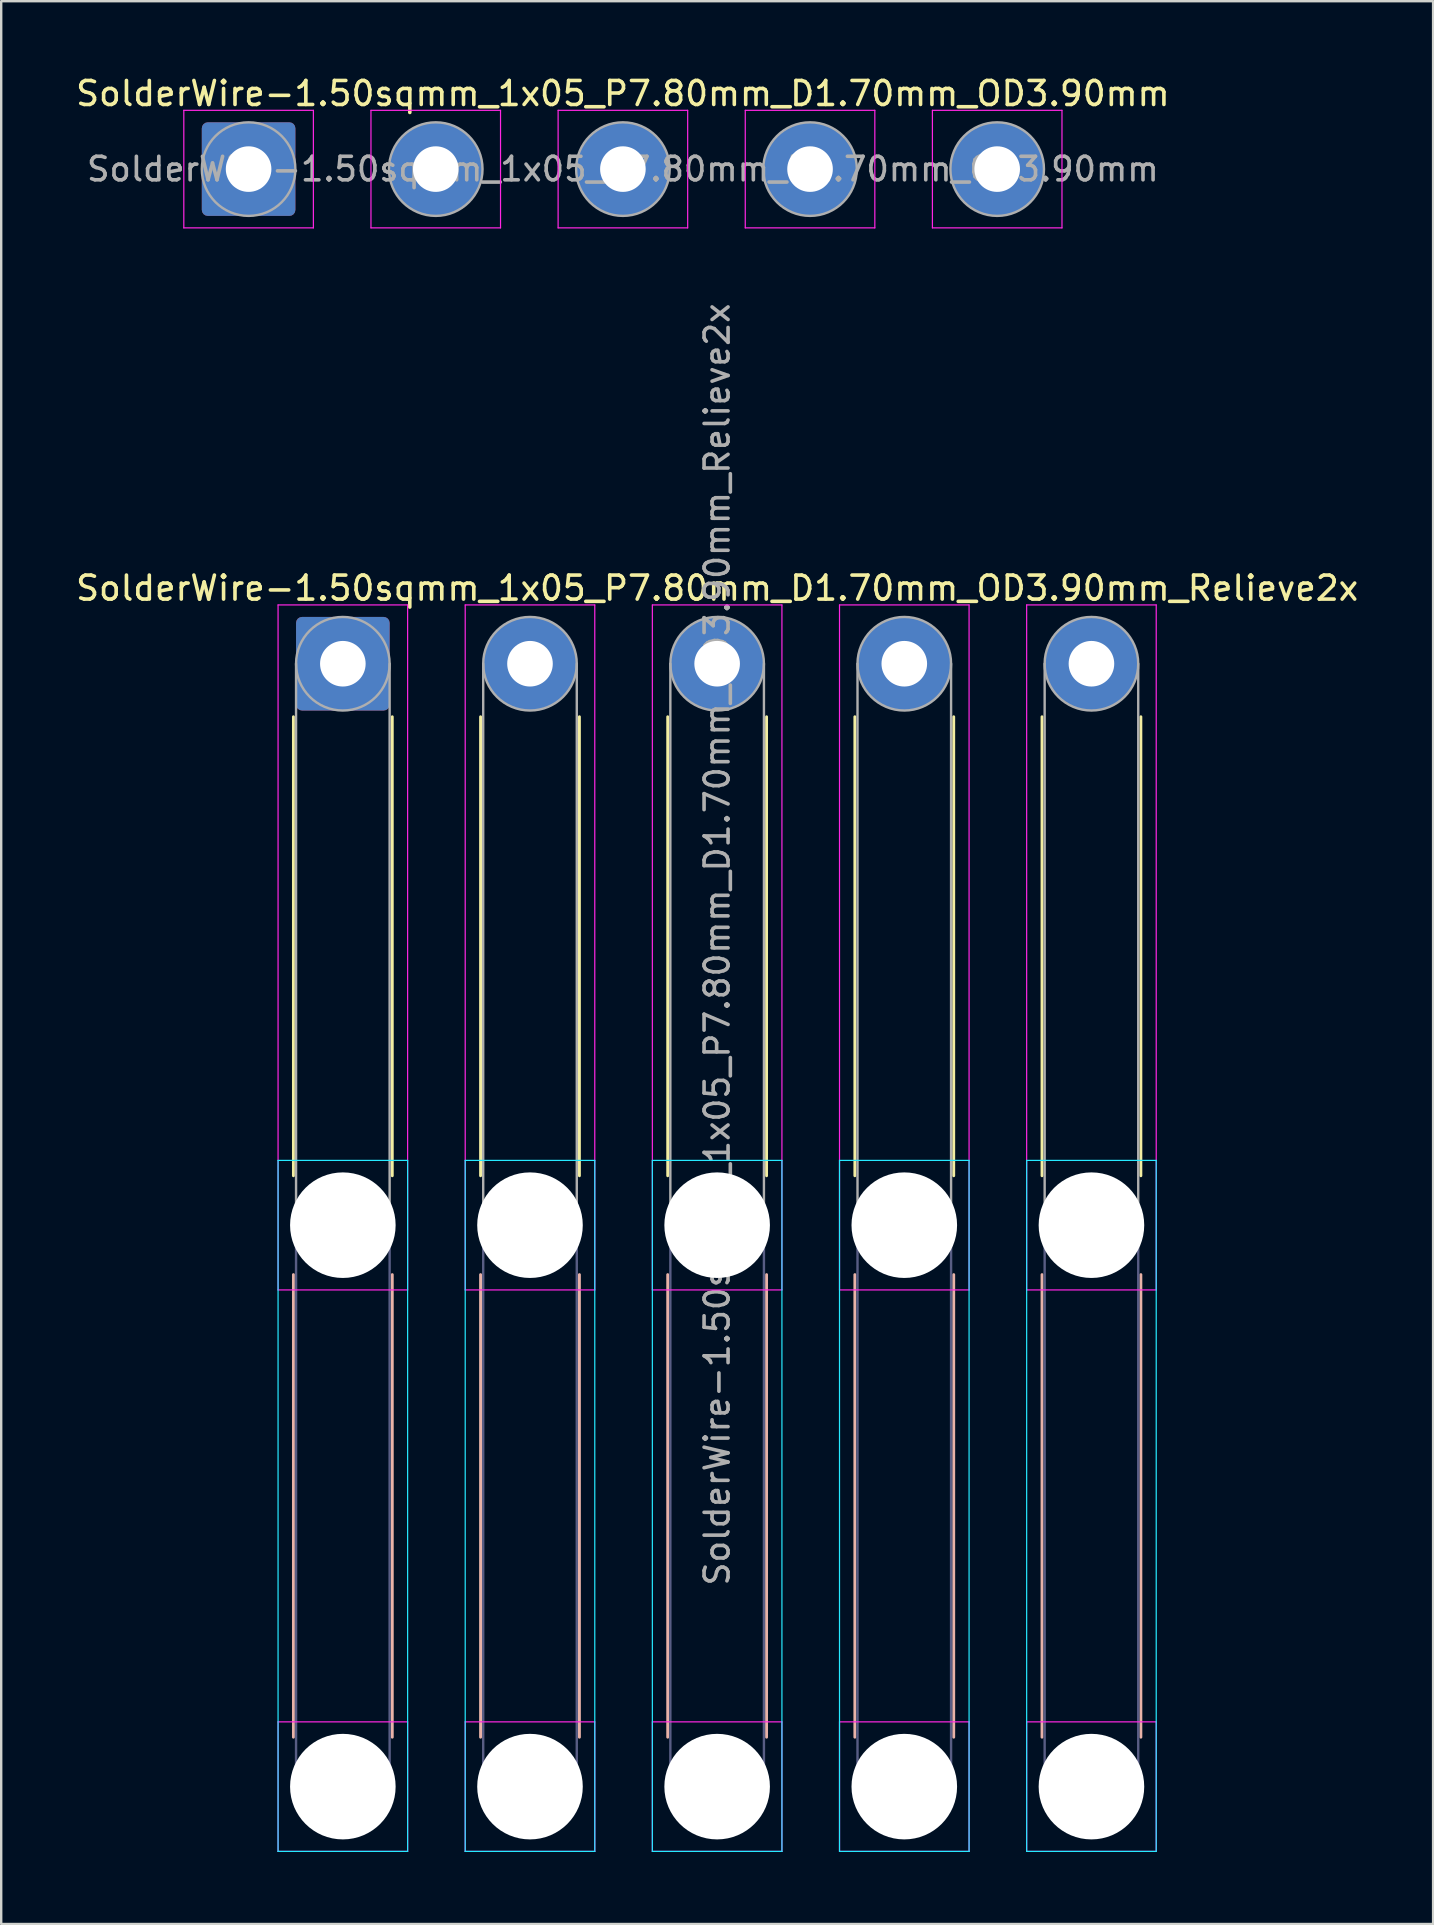
<source format=kicad_pcb>
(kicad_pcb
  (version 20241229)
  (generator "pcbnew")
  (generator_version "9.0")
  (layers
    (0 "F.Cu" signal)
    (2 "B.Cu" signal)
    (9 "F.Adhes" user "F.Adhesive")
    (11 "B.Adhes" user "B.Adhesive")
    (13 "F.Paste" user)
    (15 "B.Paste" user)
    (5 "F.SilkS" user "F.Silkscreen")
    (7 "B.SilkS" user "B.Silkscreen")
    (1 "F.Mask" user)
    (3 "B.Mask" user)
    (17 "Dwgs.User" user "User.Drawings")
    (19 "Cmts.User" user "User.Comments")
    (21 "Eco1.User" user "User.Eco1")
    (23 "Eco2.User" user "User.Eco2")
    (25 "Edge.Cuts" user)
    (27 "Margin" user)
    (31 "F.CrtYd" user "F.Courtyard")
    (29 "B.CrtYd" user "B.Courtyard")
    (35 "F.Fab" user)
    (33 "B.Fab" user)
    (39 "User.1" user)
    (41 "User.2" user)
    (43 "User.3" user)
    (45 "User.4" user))
  (footprint "SolderWire-1.50sqmm_1x05_P7.80mm_D1.70mm_OD3.90mm"
    (layer "F.Cu")
    (at 7.311 3.998)
    (property "Reference" "SolderWire-1.50sqmm_1x05_P7.80mm_D1.70mm_OD3.90mm" (at 15.6 -3.15 0) (layer "F.SilkS") (effects (font (size 1 1) (thickness 0.15))))
    (attr exclude_from_pos_files exclude_from_bom)
    (fp_line (start -2.7 -2.45) (end -2.7 2.45) (stroke (width 0.05) (type solid)) (layer "F.CrtYd"))
    (fp_line (start -2.7 2.45) (end 2.7 2.45) (stroke (width 0.05) (type solid)) (layer "F.CrtYd"))
    (fp_line (start 2.7 -2.45) (end -2.7 -2.45) (stroke (width 0.05) (type solid)) (layer "F.CrtYd"))
    (fp_line (start 2.7 2.45) (end 2.7 -2.45) (stroke (width 0.05) (type solid)) (layer "F.CrtYd"))
    (fp_line (start 5.1 -2.45) (end 5.1 2.45) (stroke (width 0.05) (type solid)) (layer "F.CrtYd"))
    (fp_line (start 5.1 2.45) (end 10.5 2.45) (stroke (width 0.05) (type solid)) (layer "F.CrtYd"))
    (fp_line (start 10.5 -2.45) (end 5.1 -2.45) (stroke (width 0.05) (type solid)) (layer "F.CrtYd"))
    (fp_line (start 10.5 2.45) (end 10.5 -2.45) (stroke (width 0.05) (type solid)) (layer "F.CrtYd"))
    (fp_line (start 12.9 -2.45) (end 12.9 2.45) (stroke (width 0.05) (type solid)) (layer "F.CrtYd"))
    (fp_line (start 12.9 2.45) (end 18.3 2.45) (stroke (width 0.05) (type solid)) (layer "F.CrtYd"))
    (fp_line (start 18.3 -2.45) (end 12.9 -2.45) (stroke (width 0.05) (type solid)) (layer "F.CrtYd"))
    (fp_line (start 18.3 2.45) (end 18.3 -2.45) (stroke (width 0.05) (type solid)) (layer "F.CrtYd"))
    (fp_line (start 20.7 -2.45) (end 20.7 2.45) (stroke (width 0.05) (type solid)) (layer "F.CrtYd"))
    (fp_line (start 20.7 2.45) (end 26.1 2.45) (stroke (width 0.05) (type solid)) (layer "F.CrtYd"))
    (fp_line (start 26.1 -2.45) (end 20.7 -2.45) (stroke (width 0.05) (type solid)) (layer "F.CrtYd"))
    (fp_line (start 26.1 2.45) (end 26.1 -2.45) (stroke (width 0.05) (type solid)) (layer "F.CrtYd"))
    (fp_line (start 28.5 -2.45) (end 28.5 2.45) (stroke (width 0.05) (type solid)) (layer "F.CrtYd"))
    (fp_line (start 28.5 2.45) (end 33.9 2.45) (stroke (width 0.05) (type solid)) (layer "F.CrtYd"))
    (fp_line (start 33.9 -2.45) (end 28.5 -2.45) (stroke (width 0.05) (type solid)) (layer "F.CrtYd"))
    (fp_line (start 33.9 2.45) (end 33.9 -2.45) (stroke (width 0.05) (type solid)) (layer "F.CrtYd"))
    (fp_circle (center 0 0) (end 1.95 0) (stroke (width 0.1) (type solid)) (fill no) (layer "F.Fab"))
    (fp_circle (center 7.8 0) (end 9.75 0) (stroke (width 0.1) (type solid)) (fill no) (layer "F.Fab"))
    (fp_circle (center 15.6 0) (end 17.55 0) (stroke (width 0.1) (type solid)) (fill no) (layer "F.Fab"))
    (fp_circle (center 23.4 0) (end 25.35 0) (stroke (width 0.1) (type solid)) (fill no) (layer "F.Fab"))
    (fp_circle (center 31.2 0) (end 33.15 0) (stroke (width 0.1) (type solid)) (fill no) (layer "F.Fab"))
    (fp_text user "${REFERENCE}" (at 15.6 0 0) (layer "F.Fab") (effects (font (size 0.98 0.98) (thickness 0.15))))
    (pad "1" thru_hole roundrect (at 0 0) (size 3.9 3.9) (drill 1.9) (layers "*.Cu" "*.Mask") (roundrect_rratio 0.064))
    (pad "2" thru_hole circle (at 7.8 0) (size 3.9 3.9) (drill 1.9) (layers "*.Cu" "*.Mask"))
    (pad "3" thru_hole circle (at 15.6 0) (size 3.9 3.9) (drill 1.9) (layers "*.Cu" "*.Mask"))
    (pad "4" thru_hole circle (at 23.4 0) (size 3.9 3.9) (drill 1.9) (layers "*.Cu" "*.Mask"))
    (pad "5" thru_hole circle (at 31.2 0) (size 3.9 3.9) (drill 1.9) (layers "*.Cu" "*.Mask")))
  (footprint "SolderWire-1.50sqmm_1x05_P7.80mm_D1.70mm_OD3.90mm_Relieve2x"
    (layer "F.Cu")
    (at 11.239 24.613)
    (property "Reference" "SolderWire-1.50sqmm_1x05_P7.80mm_D1.70mm_OD3.90mm_Relieve2x" (at 15.6 -3.15 0) (layer "F.SilkS") (effects (font (size 1 1) (thickness 0.15))))
    (attr exclude_from_pos_files exclude_from_bom)
    (fp_line (start -2.06 2.21) (end -2.06 21.34) (stroke (width 0.12) (type solid)) (layer "F.SilkS"))
    (fp_line (start 2.06 2.21) (end 2.06 21.34) (stroke (width 0.12) (type solid)) (layer "F.SilkS"))
    (fp_line (start 5.74 2.21) (end 5.74 21.34) (stroke (width 0.12) (type solid)) (layer "F.SilkS"))
    (fp_line (start 9.86 2.21) (end 9.86 21.34) (stroke (width 0.12) (type solid)) (layer "F.SilkS"))
    (fp_line (start 13.54 2.21) (end 13.54 21.34) (stroke (width 0.12) (type solid)) (layer "F.SilkS"))
    (fp_line (start 17.66 2.21) (end 17.66 21.34) (stroke (width 0.12) (type solid)) (layer "F.SilkS"))
    (fp_line (start 21.34 2.21) (end 21.34 21.34) (stroke (width 0.12) (type solid)) (layer "F.SilkS"))
    (fp_line (start 25.46 2.21) (end 25.46 21.34) (stroke (width 0.12) (type solid)) (layer "F.SilkS"))
    (fp_line (start 29.14 2.21) (end 29.14 21.34) (stroke (width 0.12) (type solid)) (layer "F.SilkS"))
    (fp_line (start 33.26 2.21) (end 33.26 21.34) (stroke (width 0.12) (type solid)) (layer "F.SilkS"))
    (fp_line (start -2.06 25.46) (end -2.06 44.74) (stroke (width 0.12) (type solid)) (layer "B.SilkS"))
    (fp_line (start 2.06 25.46) (end 2.06 44.74) (stroke (width 0.12) (type solid)) (layer "B.SilkS"))
    (fp_line (start 5.74 25.46) (end 5.74 44.74) (stroke (width 0.12) (type solid)) (layer "B.SilkS"))
    (fp_line (start 9.86 25.46) (end 9.86 44.74) (stroke (width 0.12) (type solid)) (layer "B.SilkS"))
    (fp_line (start 13.54 25.46) (end 13.54 44.74) (stroke (width 0.12) (type solid)) (layer "B.SilkS"))
    (fp_line (start 17.66 25.46) (end 17.66 44.74) (stroke (width 0.12) (type solid)) (layer "B.SilkS"))
    (fp_line (start 21.34 25.46) (end 21.34 44.74) (stroke (width 0.12) (type solid)) (layer "B.SilkS"))
    (fp_line (start 25.46 25.46) (end 25.46 44.74) (stroke (width 0.12) (type solid)) (layer "B.SilkS"))
    (fp_line (start 29.14 25.46) (end 29.14 44.74) (stroke (width 0.12) (type solid)) (layer "B.SilkS"))
    (fp_line (start 33.26 25.46) (end 33.26 44.74) (stroke (width 0.12) (type solid)) (layer "B.SilkS"))
    (fp_line (start -2.7 20.7) (end -2.7 49.5) (stroke (width 0.05) (type solid)) (layer "B.CrtYd"))
    (fp_line (start -2.7 49.5) (end 2.7 49.5) (stroke (width 0.05) (type solid)) (layer "B.CrtYd"))
    (fp_line (start 2.7 20.7) (end -2.7 20.7) (stroke (width 0.05) (type solid)) (layer "B.CrtYd"))
    (fp_line (start 2.7 49.5) (end 2.7 20.7) (stroke (width 0.05) (type solid)) (layer "B.CrtYd"))
    (fp_line (start 5.1 20.7) (end 5.1 49.5) (stroke (width 0.05) (type solid)) (layer "B.CrtYd"))
    (fp_line (start 5.1 49.5) (end 10.5 49.5) (stroke (width 0.05) (type solid)) (layer "B.CrtYd"))
    (fp_line (start 10.5 20.7) (end 5.1 20.7) (stroke (width 0.05) (type solid)) (layer "B.CrtYd"))
    (fp_line (start 10.5 49.5) (end 10.5 20.7) (stroke (width 0.05) (type solid)) (layer "B.CrtYd"))
    (fp_line (start 12.9 20.7) (end 12.9 49.5) (stroke (width 0.05) (type solid)) (layer "B.CrtYd"))
    (fp_line (start 12.9 49.5) (end 18.3 49.5) (stroke (width 0.05) (type solid)) (layer "B.CrtYd"))
    (fp_line (start 18.3 20.7) (end 12.9 20.7) (stroke (width 0.05) (type solid)) (layer "B.CrtYd"))
    (fp_line (start 18.3 49.5) (end 18.3 20.7) (stroke (width 0.05) (type solid)) (layer "B.CrtYd"))
    (fp_line (start 20.7 20.7) (end 20.7 49.5) (stroke (width 0.05) (type solid)) (layer "B.CrtYd"))
    (fp_line (start 20.7 49.5) (end 26.1 49.5) (stroke (width 0.05) (type solid)) (layer "B.CrtYd"))
    (fp_line (start 26.1 20.7) (end 20.7 20.7) (stroke (width 0.05) (type solid)) (layer "B.CrtYd"))
    (fp_line (start 26.1 49.5) (end 26.1 20.7) (stroke (width 0.05) (type solid)) (layer "B.CrtYd"))
    (fp_line (start 28.5 20.7) (end 28.5 49.5) (stroke (width 0.05) (type solid)) (layer "B.CrtYd"))
    (fp_line (start 28.5 49.5) (end 33.9 49.5) (stroke (width 0.05) (type solid)) (layer "B.CrtYd"))
    (fp_line (start 33.9 20.7) (end 28.5 20.7) (stroke (width 0.05) (type solid)) (layer "B.CrtYd"))
    (fp_line (start 33.9 49.5) (end 33.9 20.7) (stroke (width 0.05) (type solid)) (layer "B.CrtYd"))
    (fp_line (start -2.7 -2.45) (end -2.7 26.1) (stroke (width 0.05) (type solid)) (layer "F.CrtYd"))
    (fp_line (start -2.7 26.1) (end 2.7 26.1) (stroke (width 0.05) (type solid)) (layer "F.CrtYd"))
    (fp_line (start -2.7 44.1) (end -2.7 49.5) (stroke (width 0.05) (type solid)) (layer "F.CrtYd"))
    (fp_line (start -2.7 49.5) (end 2.7 49.5) (stroke (width 0.05) (type solid)) (layer "F.CrtYd"))
    (fp_line (start 2.7 -2.45) (end -2.7 -2.45) (stroke (width 0.05) (type solid)) (layer "F.CrtYd"))
    (fp_line (start 2.7 26.1) (end 2.7 -2.45) (stroke (width 0.05) (type solid)) (layer "F.CrtYd"))
    (fp_line (start 2.7 44.1) (end -2.7 44.1) (stroke (width 0.05) (type solid)) (layer "F.CrtYd"))
    (fp_line (start 2.7 49.5) (end 2.7 44.1) (stroke (width 0.05) (type solid)) (layer "F.CrtYd"))
    (fp_line (start 5.1 -2.45) (end 5.1 26.1) (stroke (width 0.05) (type solid)) (layer "F.CrtYd"))
    (fp_line (start 5.1 26.1) (end 10.5 26.1) (stroke (width 0.05) (type solid)) (layer "F.CrtYd"))
    (fp_line (start 5.1 44.1) (end 5.1 49.5) (stroke (width 0.05) (type solid)) (layer "F.CrtYd"))
    (fp_line (start 5.1 49.5) (end 10.5 49.5) (stroke (width 0.05) (type solid)) (layer "F.CrtYd"))
    (fp_line (start 10.5 -2.45) (end 5.1 -2.45) (stroke (width 0.05) (type solid)) (layer "F.CrtYd"))
    (fp_line (start 10.5 26.1) (end 10.5 -2.45) (stroke (width 0.05) (type solid)) (layer "F.CrtYd"))
    (fp_line (start 10.5 44.1) (end 5.1 44.1) (stroke (width 0.05) (type solid)) (layer "F.CrtYd"))
    (fp_line (start 10.5 49.5) (end 10.5 44.1) (stroke (width 0.05) (type solid)) (layer "F.CrtYd"))
    (fp_line (start 12.9 -2.45) (end 12.9 26.1) (stroke (width 0.05) (type solid)) (layer "F.CrtYd"))
    (fp_line (start 12.9 26.1) (end 18.3 26.1) (stroke (width 0.05) (type solid)) (layer "F.CrtYd"))
    (fp_line (start 12.9 44.1) (end 12.9 49.5) (stroke (width 0.05) (type solid)) (layer "F.CrtYd"))
    (fp_line (start 12.9 49.5) (end 18.3 49.5) (stroke (width 0.05) (type solid)) (layer "F.CrtYd"))
    (fp_line (start 18.3 -2.45) (end 12.9 -2.45) (stroke (width 0.05) (type solid)) (layer "F.CrtYd"))
    (fp_line (start 18.3 26.1) (end 18.3 -2.45) (stroke (width 0.05) (type solid)) (layer "F.CrtYd"))
    (fp_line (start 18.3 44.1) (end 12.9 44.1) (stroke (width 0.05) (type solid)) (layer "F.CrtYd"))
    (fp_line (start 18.3 49.5) (end 18.3 44.1) (stroke (width 0.05) (type solid)) (layer "F.CrtYd"))
    (fp_line (start 20.7 -2.45) (end 20.7 26.1) (stroke (width 0.05) (type solid)) (layer "F.CrtYd"))
    (fp_line (start 20.7 26.1) (end 26.1 26.1) (stroke (width 0.05) (type solid)) (layer "F.CrtYd"))
    (fp_line (start 20.7 44.1) (end 20.7 49.5) (stroke (width 0.05) (type solid)) (layer "F.CrtYd"))
    (fp_line (start 20.7 49.5) (end 26.1 49.5) (stroke (width 0.05) (type solid)) (layer "F.CrtYd"))
    (fp_line (start 26.1 -2.45) (end 20.7 -2.45) (stroke (width 0.05) (type solid)) (layer "F.CrtYd"))
    (fp_line (start 26.1 26.1) (end 26.1 -2.45) (stroke (width 0.05) (type solid)) (layer "F.CrtYd"))
    (fp_line (start 26.1 44.1) (end 20.7 44.1) (stroke (width 0.05) (type solid)) (layer "F.CrtYd"))
    (fp_line (start 26.1 49.5) (end 26.1 44.1) (stroke (width 0.05) (type solid)) (layer "F.CrtYd"))
    (fp_line (start 28.5 -2.45) (end 28.5 26.1) (stroke (width 0.05) (type solid)) (layer "F.CrtYd"))
    (fp_line (start 28.5 26.1) (end 33.9 26.1) (stroke (width 0.05) (type solid)) (layer "F.CrtYd"))
    (fp_line (start 28.5 44.1) (end 28.5 49.5) (stroke (width 0.05) (type solid)) (layer "F.CrtYd"))
    (fp_line (start 28.5 49.5) (end 33.9 49.5) (stroke (width 0.05) (type solid)) (layer "F.CrtYd"))
    (fp_line (start 33.9 -2.45) (end 28.5 -2.45) (stroke (width 0.05) (type solid)) (layer "F.CrtYd"))
    (fp_line (start 33.9 26.1) (end 33.9 -2.45) (stroke (width 0.05) (type solid)) (layer "F.CrtYd"))
    (fp_line (start 33.9 44.1) (end 28.5 44.1) (stroke (width 0.05) (type solid)) (layer "F.CrtYd"))
    (fp_line (start 33.9 49.5) (end 33.9 44.1) (stroke (width 0.05) (type solid)) (layer "F.CrtYd"))
    (fp_line (start -1.95 23.4) (end -1.95 46.8) (stroke (width 0.1) (type solid)) (layer "B.Fab"))
    (fp_line (start 1.95 23.4) (end 1.95 46.8) (stroke (width 0.1) (type solid)) (layer "B.Fab"))
    (fp_line (start 5.85 23.4) (end 5.85 46.8) (stroke (width 0.1) (type solid)) (layer "B.Fab"))
    (fp_line (start 9.75 23.4) (end 9.75 46.8) (stroke (width 0.1) (type solid)) (layer "B.Fab"))
    (fp_line (start 13.65 23.4) (end 13.65 46.8) (stroke (width 0.1) (type solid)) (layer "B.Fab"))
    (fp_line (start 17.55 23.4) (end 17.55 46.8) (stroke (width 0.1) (type solid)) (layer "B.Fab"))
    (fp_line (start 21.45 23.4) (end 21.45 46.8) (stroke (width 0.1) (type solid)) (layer "B.Fab"))
    (fp_line (start 25.35 23.4) (end 25.35 46.8) (stroke (width 0.1) (type solid)) (layer "B.Fab"))
    (fp_line (start 29.25 23.4) (end 29.25 46.8) (stroke (width 0.1) (type solid)) (layer "B.Fab"))
    (fp_line (start 33.15 23.4) (end 33.15 46.8) (stroke (width 0.1) (type solid)) (layer "B.Fab"))
    (fp_circle (center 0 23.4) (end 1.95 23.4) (stroke (width 0.1) (type solid)) (fill no) (layer "B.Fab"))
    (fp_circle (center 0 46.8) (end 1.95 46.8) (stroke (width 0.1) (type solid)) (fill no) (layer "B.Fab"))
    (fp_circle (center 7.8 23.4) (end 9.75 23.4) (stroke (width 0.1) (type solid)) (fill no) (layer "B.Fab"))
    (fp_circle (center 7.8 46.8) (end 9.75 46.8) (stroke (width 0.1) (type solid)) (fill no) (layer "B.Fab"))
    (fp_circle (center 15.6 23.4) (end 17.55 23.4) (stroke (width 0.1) (type solid)) (fill no) (layer "B.Fab"))
    (fp_circle (center 15.6 46.8) (end 17.55 46.8) (stroke (width 0.1) (type solid)) (fill no) (layer "B.Fab"))
    (fp_circle (center 23.4 23.4) (end 25.35 23.4) (stroke (width 0.1) (type solid)) (fill no) (layer "B.Fab"))
    (fp_circle (center 23.4 46.8) (end 25.35 46.8) (stroke (width 0.1) (type solid)) (fill no) (layer "B.Fab"))
    (fp_circle (center 31.2 23.4) (end 33.15 23.4) (stroke (width 0.1) (type solid)) (fill no) (layer "B.Fab"))
    (fp_circle (center 31.2 46.8) (end 33.15 46.8) (stroke (width 0.1) (type solid)) (fill no) (layer "B.Fab"))
    (fp_line (start -1.95 0) (end -1.95 23.4) (stroke (width 0.1) (type solid)) (layer "F.Fab"))
    (fp_line (start 1.95 0) (end 1.95 23.4) (stroke (width 0.1) (type solid)) (layer "F.Fab"))
    (fp_line (start 5.85 0) (end 5.85 23.4) (stroke (width 0.1) (type solid)) (layer "F.Fab"))
    (fp_line (start 9.75 0) (end 9.75 23.4) (stroke (width 0.1) (type solid)) (layer "F.Fab"))
    (fp_line (start 13.65 0) (end 13.65 23.4) (stroke (width 0.1) (type solid)) (layer "F.Fab"))
    (fp_line (start 17.55 0) (end 17.55 23.4) (stroke (width 0.1) (type solid)) (layer "F.Fab"))
    (fp_line (start 21.45 0) (end 21.45 23.4) (stroke (width 0.1) (type solid)) (layer "F.Fab"))
    (fp_line (start 25.35 0) (end 25.35 23.4) (stroke (width 0.1) (type solid)) (layer "F.Fab"))
    (fp_line (start 29.25 0) (end 29.25 23.4) (stroke (width 0.1) (type solid)) (layer "F.Fab"))
    (fp_line (start 33.15 0) (end 33.15 23.4) (stroke (width 0.1) (type solid)) (layer "F.Fab"))
    (fp_circle (center 0 0) (end 1.95 0) (stroke (width 0.1) (type solid)) (fill no) (layer "F.Fab"))
    (fp_circle (center 0 23.4) (end 1.95 23.4) (stroke (width 0.1) (type solid)) (fill no) (layer "F.Fab"))
    (fp_circle (center 0 46.8) (end 1.95 46.8) (stroke (width 0.1) (type solid)) (fill no) (layer "F.Fab"))
    (fp_circle (center 7.8 0) (end 9.75 0) (stroke (width 0.1) (type solid)) (fill no) (layer "F.Fab"))
    (fp_circle (center 7.8 23.4) (end 9.75 23.4) (stroke (width 0.1) (type solid)) (fill no) (layer "F.Fab"))
    (fp_circle (center 7.8 46.8) (end 9.75 46.8) (stroke (width 0.1) (type solid)) (fill no) (layer "F.Fab"))
    (fp_circle (center 15.6 0) (end 17.55 0) (stroke (width 0.1) (type solid)) (fill no) (layer "F.Fab"))
    (fp_circle (center 15.6 23.4) (end 17.55 23.4) (stroke (width 0.1) (type solid)) (fill no) (layer "F.Fab"))
    (fp_circle (center 15.6 46.8) (end 17.55 46.8) (stroke (width 0.1) (type solid)) (fill no) (layer "F.Fab"))
    (fp_circle (center 23.4 0) (end 25.35 0) (stroke (width 0.1) (type solid)) (fill no) (layer "F.Fab"))
    (fp_circle (center 23.4 23.4) (end 25.35 23.4) (stroke (width 0.1) (type solid)) (fill no) (layer "F.Fab"))
    (fp_circle (center 23.4 46.8) (end 25.35 46.8) (stroke (width 0.1) (type solid)) (fill no) (layer "F.Fab"))
    (fp_circle (center 31.2 0) (end 33.15 0) (stroke (width 0.1) (type solid)) (fill no) (layer "F.Fab"))
    (fp_circle (center 31.2 23.4) (end 33.15 23.4) (stroke (width 0.1) (type solid)) (fill no) (layer "F.Fab"))
    (fp_circle (center 31.2 46.8) (end 33.15 46.8) (stroke (width 0.1) (type solid)) (fill no) (layer "F.Fab"))
    (fp_text user "${REFERENCE}" (at 15.6 11.7 90) (layer "F.Fab") (effects (font (size 1 1) (thickness 0.15))))
    (pad "" np_thru_hole circle (at 0 23.4) (size 4.4 4.4) (drill 4.4) (layers "*.Cu" "*.Mask"))
    (pad "" np_thru_hole circle (at 0 46.8) (size 4.4 4.4) (drill 4.4) (layers "*.Cu" "*.Mask"))
    (pad "" np_thru_hole circle (at 7.8 23.4) (size 4.4 4.4) (drill 4.4) (layers "*.Cu" "*.Mask"))
    (pad "" np_thru_hole circle (at 7.8 46.8) (size 4.4 4.4) (drill 4.4) (layers "*.Cu" "*.Mask"))
    (pad "" np_thru_hole circle (at 15.6 23.4) (size 4.4 4.4) (drill 4.4) (layers "*.Cu" "*.Mask"))
    (pad "" np_thru_hole circle (at 15.6 46.8) (size 4.4 4.4) (drill 4.4) (layers "*.Cu" "*.Mask"))
    (pad "" np_thru_hole circle (at 23.4 23.4) (size 4.4 4.4) (drill 4.4) (layers "*.Cu" "*.Mask"))
    (pad "" np_thru_hole circle (at 23.4 46.8) (size 4.4 4.4) (drill 4.4) (layers "*.Cu" "*.Mask"))
    (pad "" np_thru_hole circle (at 31.2 23.4) (size 4.4 4.4) (drill 4.4) (layers "*.Cu" "*.Mask"))
    (pad "" np_thru_hole circle (at 31.2 46.8) (size 4.4 4.4) (drill 4.4) (layers "*.Cu" "*.Mask"))
    (pad "1" thru_hole roundrect (at 0 0) (size 3.9 3.9) (drill 1.9) (layers "*.Cu" "*.Mask") (roundrect_rratio 0.064))
    (pad "2" thru_hole circle (at 7.8 0) (size 3.9 3.9) (drill 1.9) (layers "*.Cu" "*.Mask"))
    (pad "3" thru_hole circle (at 15.6 0) (size 3.9 3.9) (drill 1.9) (layers "*.Cu" "*.Mask"))
    (pad "4" thru_hole circle (at 23.4 0) (size 3.9 3.9) (drill 1.9) (layers "*.Cu" "*.Mask"))
    (pad "5" thru_hole circle (at 31.2 0) (size 3.9 3.9) (drill 1.9) (layers "*.Cu" "*.Mask")))
  (gr_rect
    (start -3 -3)
    (end 56.679 77.138)
    (stroke (width 0.1) (type default))
    (fill no)
    (layer "Edge.Cuts")))
</source>
